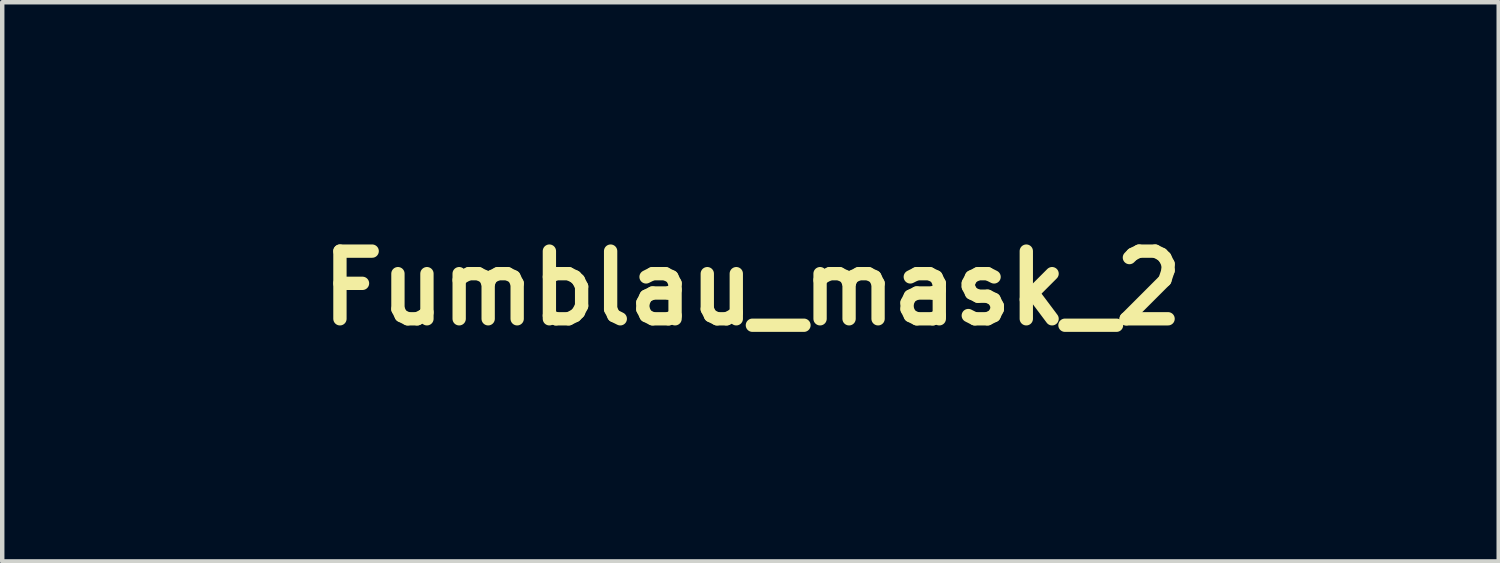
<source format=kicad_pcb>
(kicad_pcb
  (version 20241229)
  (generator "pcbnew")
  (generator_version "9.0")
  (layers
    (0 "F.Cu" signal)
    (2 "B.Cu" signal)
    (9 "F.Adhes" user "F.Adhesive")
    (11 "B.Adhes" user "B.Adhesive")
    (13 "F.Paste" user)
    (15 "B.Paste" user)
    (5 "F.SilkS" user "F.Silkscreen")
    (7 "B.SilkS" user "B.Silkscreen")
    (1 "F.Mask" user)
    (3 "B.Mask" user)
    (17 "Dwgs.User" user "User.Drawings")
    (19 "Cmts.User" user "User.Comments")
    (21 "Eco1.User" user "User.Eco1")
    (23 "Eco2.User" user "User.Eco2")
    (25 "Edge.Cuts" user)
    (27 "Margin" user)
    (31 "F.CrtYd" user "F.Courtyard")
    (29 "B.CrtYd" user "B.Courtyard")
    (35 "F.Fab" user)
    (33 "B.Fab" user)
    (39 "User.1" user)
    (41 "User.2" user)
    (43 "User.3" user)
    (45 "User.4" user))
  (footprint "Fumblau_mask_2"
    (layer "F.Cu")
    (at 13.895 3.44)
    (property "Reference" "Fumblau_mask_2" (at 0 0 0) (layer "F.SilkS") (effects (font (size 1.524 1.524) (thickness 0.3))))
    (attr through_hole)
    (fp_poly (pts (xy 11.397 -0.177) (xy 11.468 -0.06) (xy 11.481 0.159) (xy 11.505 0.52) (xy 11.602 0.746) (xy 11.809 0.866) (xy 12.163 0.91) (xy 12.393 0.914) (xy 12.81 0.902) (xy 13.065 0.845) (xy 13.197 0.712) (xy 13.247 0.472) (xy 13.255 0.255) (xy 13.271 -0.008) (xy 13.339 -0.124) (xy 13.492 -0.152) (xy 13.513 -0.152) (xy 13.657 -0.137) (xy 13.737 -0.058) (xy 13.777 0.132) (xy 13.797 0.431) (xy 13.803 0.784) (xy 13.762 1.011) (xy 13.653 1.185) (xy 13.573 1.27) (xy 13.438 1.39) (xy 13.289 1.465) (xy 13.079 1.505) (xy 12.757 1.521) (xy 12.365 1.524) (xy 11.888 1.517) (xy 11.568 1.49) (xy 11.358 1.437) (xy 11.21 1.349) (xy 11.192 1.334) (xy 11.069 1.194) (xy 11.002 1.002) (xy 10.976 0.699) (xy 10.973 0.471) (xy 10.977 0.111) (xy 11.001 -0.091) (xy 11.062 -0.18) (xy 11.178 -0.203) (xy 11.227 -0.203) (xy 11.397 -0.177)) (stroke (width 0.01) (type solid)) (fill yes) (layer "F.Mask"))
    (fp_poly (pts (xy 0.53 -0.237) (xy 0.59 0.004) (xy 0.609 0.428) (xy 0.61 0.559) (xy 0.607 0.977) (xy 0.592 1.232) (xy 0.553 1.365) (xy 0.478 1.415) (xy 0.356 1.422) (xy 0.195 1.402) (xy 0.121 1.303) (xy 0.101 1.07) (xy 0.1 0.991) (xy 0.084 0.756) (xy 0.046 0.659) (xy 0.024 0.674) (xy -0.131 0.789) (xy -0.254 0.83) (xy -0.413 0.936) (xy -0.426 1.053) (xy -0.469 1.303) (xy -0.648 1.482) (xy -0.813 1.524) (xy -1.028 1.451) (xy -1.111 1.379) (xy -1.2 1.164) (xy -1.2 1.058) (xy -1.258 0.895) (xy -1.448 0.806) (xy -1.636 0.77) (xy -1.712 0.838) (xy -1.727 1.058) (xy -1.727 1.076) (xy -1.747 1.312) (xy -1.837 1.408) (xy -1.981 1.422) (xy -2.104 1.414) (xy -2.179 1.364) (xy -2.218 1.23) (xy -2.233 0.974) (xy -2.235 0.559) (xy -2.224 0.091) (xy -2.178 -0.191) (xy -2.078 -0.305) (xy -1.906 -0.267) (xy -1.641 -0.094) (xy -1.567 -0.038) (xy -1.12 0.197) (xy -0.666 0.229) (xy -0.219 0.061) (xy -0.09 -0.028) (xy 0.209 -0.237) (xy 0.409 -0.312) (xy 0.53 -0.237)) (stroke (width 0.01) (type solid)) (fill yes) (layer "F.Mask"))
    (fp_poly (pts (xy -5.917 -0.297) (xy -5.538 -0.273) (xy -5.321 -0.231) (xy -5.249 -0.178) (xy -5.203 -0.103) (xy -5.19 -0.178) (xy -5.103 -0.279) (xy -4.921 -0.3) (xy -4.733 -0.247) (xy -4.634 -0.144) (xy -4.593 0.06) (xy -4.573 0.356) (xy -4.572 0.415) (xy -4.572 0.813) (xy -3.761 0.813) (xy -3.341 0.809) (xy -3.081 0.774) (xy -2.938 0.674) (xy -2.868 0.472) (xy -2.83 0.135) (xy -2.822 0.051) (xy -2.762 -0.177) (xy -2.62 -0.253) (xy -2.591 -0.254) (xy -2.47 -0.226) (xy -2.402 -0.109) (xy -2.366 0.143) (xy -2.356 0.295) (xy -2.361 0.668) (xy -2.406 1.003) (xy -2.445 1.133) (xy -2.565 1.422) (xy -3.715 1.422) (xy -4.217 1.42) (xy -4.555 1.407) (xy -4.771 1.377) (xy -4.903 1.324) (xy -4.991 1.24) (xy -5.023 1.197) (xy -5.131 0.942) (xy -5.181 0.621) (xy -5.182 0.587) (xy -5.204 0.341) (xy -5.259 0.21) (xy -5.277 0.203) (xy -5.34 0.29) (xy -5.353 0.483) (xy -5.334 0.762) (xy -7.518 0.82) (xy -7.518 1.121) (xy -7.544 1.335) (xy -7.664 1.413) (xy -7.823 1.422) (xy -8.128 1.422) (xy -8.128 0.78) (xy -8.116 0.401) (xy -8.067 0.159) (xy -7.963 -0.012) (xy -7.893 -0.084) (xy -7.773 -0.18) (xy -7.63 -0.243) (xy -7.421 -0.281) (xy -7.103 -0.299) (xy -6.636 -0.305) (xy -6.479 -0.305) (xy -5.917 -0.297)) (stroke (width 0.01) (type solid)) (fill yes) (layer "F.Mask"))
    (fp_poly (pts (xy 9.719 -0.219) (xy 10.072 0.043) (xy 10.459 0.491) (xy 10.609 0.7) (xy 10.8 1.06) (xy 10.837 1.331) (xy 10.749 1.488) (xy 10.561 1.508) (xy 10.302 1.367) (xy 10.089 1.155) (xy 9.894 0.936) (xy 9.794 0.864) (xy 9.758 0.922) (xy 9.755 0.978) (xy 9.692 1.208) (xy 9.614 1.31) (xy 9.406 1.382) (xy 9.227 1.292) (xy 9.144 1.075) (xy 9.144 1.056) (xy 9.129 0.875) (xy 9.067 0.835) (xy 8.929 0.944) (xy 8.735 1.156) (xy 8.433 1.499) (xy 6.913 1.515) (xy 6.315 1.519) (xy 5.887 1.513) (xy 5.594 1.495) (xy 5.403 1.461) (xy 5.281 1.408) (xy 5.211 1.35) (xy 5.064 1.227) (xy 4.95 1.254) (xy 4.851 1.346) (xy 4.743 1.424) (xy 4.577 1.476) (xy 4.317 1.507) (xy 3.922 1.521) (xy 3.475 1.524) (xy 2.844 1.513) (xy 2.413 1.479) (xy 2.182 1.422) (xy 2.154 1.402) (xy 2.078 1.221) (xy 2.038 0.917) (xy 2.033 0.56) (xy 2.063 0.223) (xy 2.127 -0.024) (xy 2.174 -0.093) (xy 2.333 -0.144) (xy 2.67 -0.177) (xy 3.194 -0.193) (xy 3.913 -0.193) (xy 3.952 -0.192) (xy 5.588 -0.174) (xy 5.588 0.902) (xy 6.817 0.934) (xy 7.425 0.94) (xy 7.839 0.923) (xy 8.065 0.883) (xy 8.112 0.851) (xy 8.209 0.718) (xy 8.344 0.551) (xy 9.289 0.551) (xy 9.405 0.62) (xy 9.639 0.696) (xy 9.701 0.669) (xy 9.609 0.552) (xy 9.436 0.456) (xy 9.329 0.468) (xy 9.289 0.551) (xy 8.344 0.551) (xy 8.397 0.485) (xy 8.623 0.216) (xy 8.893 -0.078) (xy 9.101 -0.239) (xy 9.299 -0.3) (xy 9.391 -0.305) (xy 9.719 -0.219)) (stroke (width 0.01) (type solid)) (fill yes) (layer "F.Mask"))
    (fp_poly (pts (xy -11.21 -3.399) (xy -11.176 -3.252) (xy -11.116 -2.94) (xy -10.916 -2.703) (xy -10.546 -2.508) (xy -10.495 -2.488) (xy -9.996 -2.229) (xy -9.684 -1.898) (xy -9.555 -1.49) (xy -9.551 -1.39) (xy -9.626 -0.894) (xy -9.842 -0.516) (xy -10.184 -0.281) (xy -10.24 -0.261) (xy -10.328 -0.217) (xy -10.333 -0.146) (xy -10.234 -0.022) (xy -10.013 0.18) (xy -9.707 0.438) (xy -9.334 0.761) (xy -9.101 1) (xy -8.981 1.187) (xy -8.946 1.346) (xy -8.984 1.562) (xy -9.12 1.626) (xy -9.317 1.705) (xy -9.41 1.803) (xy -9.573 1.95) (xy -9.841 2.093) (xy -9.917 2.122) (xy -10.298 2.267) (xy -10.729 2.444) (xy -11.128 2.619) (xy -11.403 2.752) (xy -11.652 2.827) (xy -11.928 2.839) (xy -12.149 2.788) (xy -12.227 2.718) (xy -12.289 2.689) (xy -12.347 2.81) (xy -12.509 3.018) (xy -12.811 3.134) (xy -12.969 3.148) (xy -13.09 3.069) (xy -13.249 2.869) (xy -13.3 2.788) (xy -13.434 2.546) (xy -13.509 2.381) (xy -13.515 2.356) (xy -13.519 2.349) (xy -11.786 2.349) (xy -11.771 2.417) (xy -11.698 2.424) (xy -11.522 2.36) (xy -11.255 2.241) (xy -10.897 2.082) (xy -10.48 1.9) (xy -10.287 1.817) (xy -9.937 1.658) (xy -9.764 1.56) (xy -9.752 1.521) (xy -9.885 1.54) (xy -10.145 1.617) (xy -10.517 1.749) (xy -10.77 1.848) (xy -11.183 2.023) (xy -11.515 2.179) (xy -11.728 2.296) (xy -11.786 2.349) (xy -13.519 2.349) (xy -13.573 2.235) (xy -13.711 2.038) (xy -13.716 2.032) (xy -13.89 1.72) (xy -13.878 1.475) (xy -13.716 1.321) (xy -13.553 1.153) (xy -13.513 1.012) (xy -13.47 0.849) (xy -13.411 0.813) (xy -13.334 0.726) (xy -13.334 0.725) (xy -12.613 0.725) (xy -12.53 0.905) (xy -12.345 1.202) (xy -12.318 1.243) (xy -12.12 1.535) (xy -11.964 1.744) (xy -11.882 1.827) (xy -11.882 1.827) (xy -11.769 1.792) (xy -11.512 1.697) (xy -11.155 1.558) (xy -10.916 1.463) (xy -10.523 1.303) (xy -10.206 1.17) (xy -10.01 1.083) (xy -9.969 1.06) (xy -10.005 0.972) (xy -10.162 0.807) (xy -10.389 0.606) (xy -10.64 0.408) (xy -10.866 0.251) (xy -11.02 0.176) (xy -11.048 0.176) (xy -11.145 0.288) (xy -11.174 0.458) (xy -11.127 0.589) (xy -11.074 0.61) (xy -10.98 0.676) (xy -10.994 0.815) (xy -11.101 0.939) (xy -11.134 0.954) (xy -11.393 1.013) (xy -11.6 0.991) (xy -11.684 0.897) (xy -11.765 0.7) (xy -11.95 0.51) (xy -12.157 0.409) (xy -12.188 0.406) (xy -12.408 0.465) (xy -12.527 0.533) (xy -12.607 0.616) (xy -12.613 0.725) (xy -13.334 0.725) (xy -13.31 0.568) (xy -13.271 0.398) (xy -13.122 0.279) (xy -12.878 0.187) (xy -12.607 0.087) (xy -12.475 -0.034) (xy -12.424 -0.243) (xy -12.413 -0.356) (xy -12.347 -0.704) (xy -12.188 -0.95) (xy -11.897 -1.133) (xy -11.553 -1.26) (xy -11.139 -1.397) (xy -10.905 -1.507) (xy -10.835 -1.618) (xy -10.914 -1.759) (xy -11.125 -1.96) (xy -11.16 -1.991) (xy -11.406 -2.219) (xy -11.531 -2.398) (xy -11.57 -2.608) (xy -11.562 -2.886) (xy -11.525 -3.213) (xy -11.452 -3.383) (xy -11.354 -3.435) (xy -11.21 -3.399)) (stroke (width 0.01) (type solid)) (fill yes) (layer "F.Mask")))
  (gr_rect
    (start -3 -3)
    (end 30.703 9.594)
    (stroke (width 0.1) (type default))
    (fill no)
    (layer "Edge.Cuts")))
</source>
